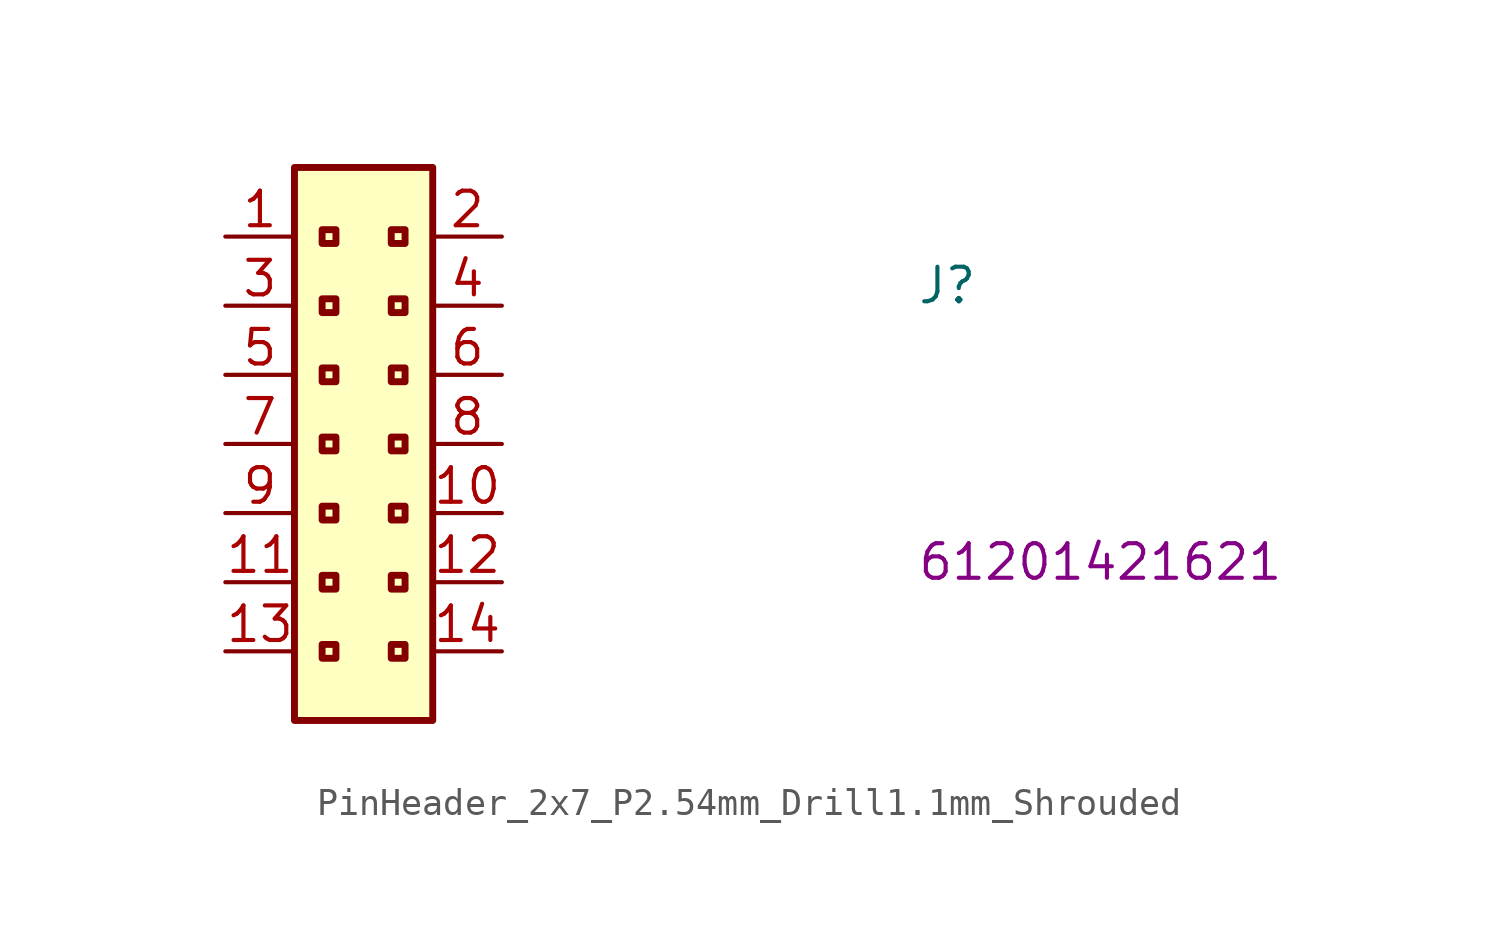
<source format=kicad_sym>
(kicad_symbol_lib
  (version 20220914)
  (generator kicad_symbol_editor)
  (symbol "PinHeader_2x7_P2.54mm_Drill1.1mm_Shrouded"
    (property "Reference" "J"
      (at 25.4 -2.54 0)
      (effects (font (size 1.27 1.27) (thickness 0.15)) (justify left bottom)))
    (property "MPN" "61201421621"
      (at 25.4 -12.7 0)
      (effects (font (size 1.27 1.27) (thickness 0.15)) (justify left bottom)))
    (symbol "PinHeader_2x7_P2.54mm_Drill1.1mm_Shrouded_1_1"
      (rectangle (start 2.54 2.54) (end 7.62 -17.78) (stroke (width 0.254) (type default)) (fill (type background)))
      (rectangle (start 3.556 -14.986) (end 4.064 -15.494) (stroke (width 0.254) (type default)) (fill (type background)))
      (rectangle (start 3.556 -12.446) (end 4.064 -12.954) (stroke (width 0.254) (type default)) (fill (type background)))
      (rectangle (start 3.556 -9.906) (end 4.064 -10.414) (stroke (width 0.254) (type default)) (fill (type background)))
      (rectangle (start 3.556 -7.366) (end 4.064 -7.874) (stroke (width 0.254) (type default)) (fill (type background)))
      (rectangle (start 3.556 -4.826) (end 4.064 -5.334) (stroke (width 0.254) (type default)) (fill (type background)))
      (rectangle (start 3.556 -2.286) (end 4.064 -2.794) (stroke (width 0.254) (type default)) (fill (type background)))
      (rectangle (start 3.556 0.254) (end 4.064 -0.254) (stroke (width 0.254) (type default)) (fill (type background)))
      (rectangle (start 6.096 -14.986) (end 6.604 -15.494) (stroke (width 0.254) (type default)) (fill (type background)))
      (rectangle (start 6.096 -12.446) (end 6.604 -12.954) (stroke (width 0.254) (type default)) (fill (type background)))
      (rectangle (start 6.096 -9.906) (end 6.604 -10.414) (stroke (width 0.254) (type default)) (fill (type background)))
      (rectangle (start 6.096 -7.366) (end 6.604 -7.874) (stroke (width 0.254) (type default)) (fill (type background)))
      (rectangle (start 6.096 -4.826) (end 6.604 -5.334) (stroke (width 0.254) (type default)) (fill (type background)))
      (rectangle (start 6.096 -2.286) (end 6.604 -2.794) (stroke (width 0.254) (type default)) (fill (type background)))
      (rectangle (start 6.096 0.254) (end 6.604 -0.254) (stroke (width 0.254) (type default)) (fill (type background)))
      (pin passive line (at 0 0 0) (length 2.54) (name "~" (effects (font (size 1.27 1.27)))) (number "1" (effects (font (size 1.27 1.27)))))
      (pin passive line (at 10.16 -10.16 180) (length 2.54) (name "~" (effects (font (size 1.27 1.27)))) (number "10" (effects (font (size 1.27 1.27)))))
      (pin passive line (at 0 -12.7 0) (length 2.54) (name "~" (effects (font (size 1.27 1.27)))) (number "11" (effects (font (size 1.27 1.27)))))
      (pin passive line (at 10.16 -12.7 180) (length 2.54) (name "~" (effects (font (size 1.27 1.27)))) (number "12" (effects (font (size 1.27 1.27)))))
      (pin passive line (at 0 -15.24 0) (length 2.54) (name "~" (effects (font (size 1.27 1.27)))) (number "13" (effects (font (size 1.27 1.27)))))
      (pin passive line (at 10.16 -15.24 180) (length 2.54) (name "~" (effects (font (size 1.27 1.27)))) (number "14" (effects (font (size 1.27 1.27)))))
      (pin passive line (at 10.16 0 180) (length 2.54) (name "~" (effects (font (size 1.27 1.27)))) (number "2" (effects (font (size 1.27 1.27)))))
      (pin passive line (at 0 -2.54 0) (length 2.54) (name "~" (effects (font (size 1.27 1.27)))) (number "3" (effects (font (size 1.27 1.27)))))
      (pin passive line (at 10.16 -2.54 180) (length 2.54) (name "~" (effects (font (size 1.27 1.27)))) (number "4" (effects (font (size 1.27 1.27)))))
      (pin passive line (at 0 -5.08 0) (length 2.54) (name "~" (effects (font (size 1.27 1.27)))) (number "5" (effects (font (size 1.27 1.27)))))
      (pin passive line (at 10.16 -5.08 180) (length 2.54) (name "~" (effects (font (size 1.27 1.27)))) (number "6" (effects (font (size 1.27 1.27)))))
      (pin passive line (at 0 -7.62 0) (length 2.54) (name "~" (effects (font (size 1.27 1.27)))) (number "7" (effects (font (size 1.27 1.27)))))
      (pin passive line (at 10.16 -7.62 180) (length 2.54) (name "~" (effects (font (size 1.27 1.27)))) (number "8" (effects (font (size 1.27 1.27)))))
      (pin passive line (at 0 -10.16 0) (length 2.54) (name "~" (effects (font (size 1.27 1.27)))) (number "9" (effects (font (size 1.27 1.27))))))))
</source>
